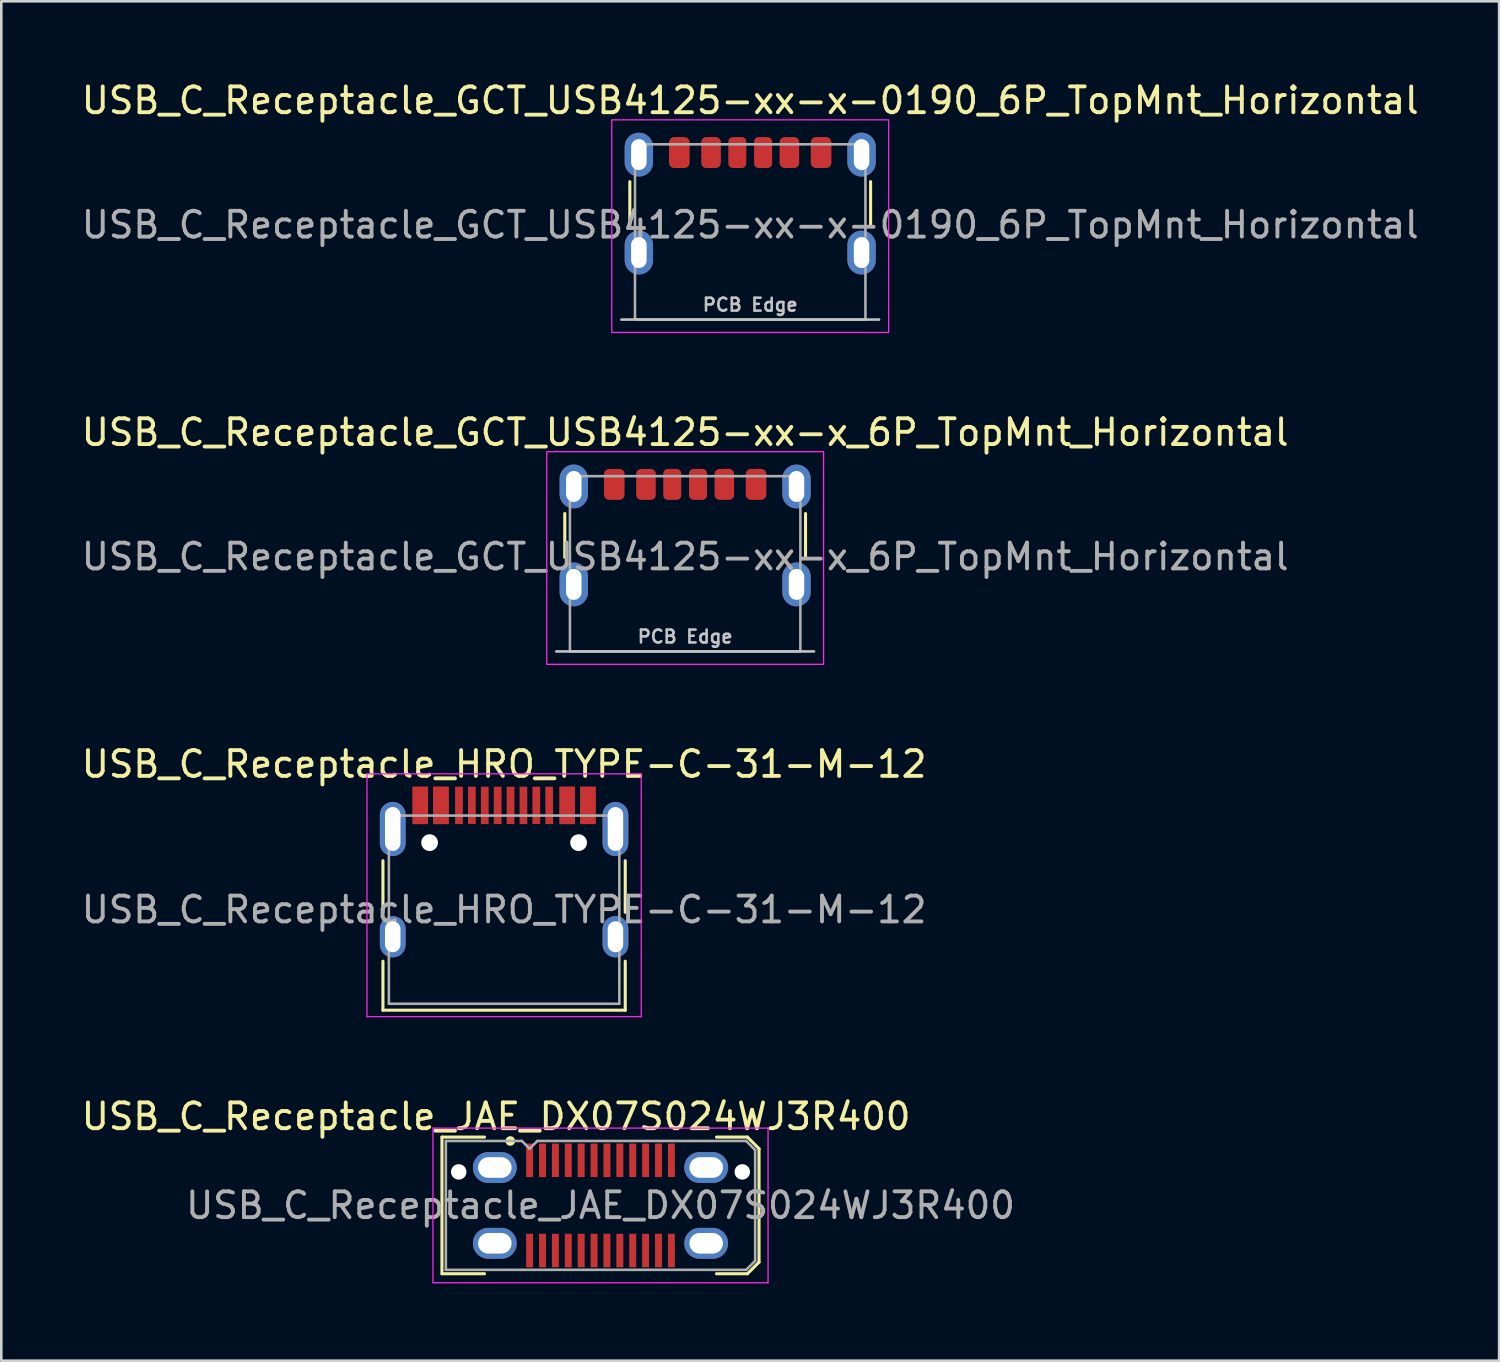
<source format=kicad_pcb>
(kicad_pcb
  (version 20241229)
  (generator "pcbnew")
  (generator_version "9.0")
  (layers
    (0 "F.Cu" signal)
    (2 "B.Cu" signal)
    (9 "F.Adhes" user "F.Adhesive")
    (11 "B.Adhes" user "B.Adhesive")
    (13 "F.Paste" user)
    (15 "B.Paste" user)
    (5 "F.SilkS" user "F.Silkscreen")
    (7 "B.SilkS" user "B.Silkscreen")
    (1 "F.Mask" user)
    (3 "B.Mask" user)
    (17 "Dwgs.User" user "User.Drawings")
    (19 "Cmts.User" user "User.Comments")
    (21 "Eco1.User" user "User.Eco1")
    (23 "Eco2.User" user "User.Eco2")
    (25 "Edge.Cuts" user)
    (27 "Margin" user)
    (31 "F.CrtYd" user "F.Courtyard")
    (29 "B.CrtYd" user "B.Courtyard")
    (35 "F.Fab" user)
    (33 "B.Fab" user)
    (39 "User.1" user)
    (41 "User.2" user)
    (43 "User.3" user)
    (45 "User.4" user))
  (footprint "USB_C_Receptacle_GCT_USB4125-xx-x_6P_TopMnt_Horizontal"
    (layer "F.Cu")
    (at 23.53 18.822)
    (property "Reference" "USB_C_Receptacle_GCT_USB4125-xx-x_6P_TopMnt_Horizontal" (at 0 -5.1 0) (unlocked yes) (layer "F.SilkS") (effects (font (size 1 1) (thickness 0.15))))
    (attr smd)
    (fp_line (start -4.67 -0.25) (end -4.67 -1.95) (stroke (width 0.12) (type solid)) (layer "F.SilkS"))
    (fp_line (start 4.67 -0.25) (end 4.67 -1.95) (stroke (width 0.12) (type solid)) (layer "F.SilkS"))
    (fp_line (start 5 3.4) (end -5 3.4) (stroke (width 0.1) (type solid)) (layer "Dwgs.User"))
    (fp_rect (start -5.37 -4.35) (end 5.37 3.9) (stroke (width 0.05) (type solid)) (fill no) (layer "F.CrtYd"))
    (fp_rect (start -4.47 -3.4) (end 4.47 3.4) (stroke (width 0.1) (type solid)) (fill no) (layer "F.Fab"))
    (fp_text user "PCB Edge" (at 0 2.825 0) (unlocked yes) (layer "Dwgs.User") (effects (font (size 0.5 0.5) (thickness 0.1))))
    (fp_text user "${REFERENCE}" (at 0 -0.275 0) (unlocked yes) (layer "F.Fab") (effects (font (size 1 1) (thickness 0.15))))
    (pad "A5" smd roundrect (at -0.5 -3.08) (size 0.7 1.2) (layers "F.Cu" "F.Mask" "F.Paste") (roundrect_rratio 0.25))
    (pad "A9" smd roundrect (at 1.52 -3.08 180) (size 0.76 1.2) (layers "F.Cu" "F.Mask" "F.Paste") (roundrect_rratio 0.25))
    (pad "A12" smd roundrect (at 2.75 -3.08 180) (size 0.8 1.2) (layers "F.Cu" "F.Mask" "F.Paste") (roundrect_rratio 0.25))
    (pad "B5" smd roundrect (at 0.5 -3.08 180) (size 0.7 1.2) (layers "F.Cu" "F.Mask" "F.Paste") (roundrect_rratio 0.25))
    (pad "B9" smd roundrect (at -1.52 -3.08) (size 0.76 1.2) (layers "F.Cu" "F.Mask" "F.Paste") (roundrect_rratio 0.25))
    (pad "B12" smd roundrect (at -2.75 -3.08) (size 0.8 1.2) (layers "F.Cu" "F.Mask" "F.Paste") (roundrect_rratio 0.25))
    (pad "SH" thru_hole oval (at -4.32 -3) (size 1.1 1.7) (drill oval 0.6 1.2) (property pad_prop_mechanical) (layers "*.Cu" "*.Mask" "F.Paste"))
    (pad "SH" thru_hole oval (at -4.32 0.8) (size 1.1 1.7) (drill oval 0.6 1.2) (property pad_prop_mechanical) (layers "*.Cu" "*.Mask" "F.Paste"))
    (pad "SH" thru_hole oval (at 4.32 -3) (size 1.1 1.7) (drill oval 0.6 1.2) (property pad_prop_mechanical) (layers "*.Cu" "*.Mask" "F.Paste"))
    (pad "SH" thru_hole oval (at 4.32 0.8) (size 1.1 1.7) (drill oval 0.6 1.2) (property pad_prop_mechanical) (layers "*.Cu" "*.Mask" "F.Paste")))
  (footprint "USB_C_Receptacle_GCT_USB4125-xx-x-0190_6P_TopMnt_Horizontal"
    (layer "F.Cu")
    (at 26.054 5.948)
    (property "Reference" "USB_C_Receptacle_GCT_USB4125-xx-x-0190_6P_TopMnt_Horizontal" (at 0 -5.1 0) (unlocked yes) (layer "F.SilkS") (effects (font (size 1 1) (thickness 0.15))))
    (attr smd)
    (fp_line (start -4.67 -0.25) (end -4.67 -1.95) (stroke (width 0.12) (type solid)) (layer "F.SilkS"))
    (fp_line (start 4.67 -0.25) (end 4.67 -1.95) (stroke (width 0.12) (type solid)) (layer "F.SilkS"))
    (fp_line (start 5 3.4) (end -5 3.4) (stroke (width 0.1) (type solid)) (layer "Dwgs.User"))
    (fp_rect (start -5.37 -4.35) (end 5.37 3.9) (stroke (width 0.05) (type solid)) (fill no) (layer "F.CrtYd"))
    (fp_rect (start -4.47 -3.4) (end 4.47 3.4) (stroke (width 0.1) (type solid)) (fill no) (layer "F.Fab"))
    (fp_text user "PCB Edge" (at 0 2.825 0) (unlocked yes) (layer "Dwgs.User") (effects (font (size 0.5 0.5) (thickness 0.1))))
    (fp_text user "${REFERENCE}" (at 0 -0.275 0) (unlocked yes) (layer "F.Fab") (effects (font (size 1 1) (thickness 0.15))))
    (pad "A5" smd roundrect (at -0.5 -3.08) (size 0.7 1.2) (layers "F.Cu" "F.Mask" "F.Paste") (roundrect_rratio 0.25))
    (pad "A9" smd roundrect (at 1.52 -3.08 180) (size 0.76 1.2) (layers "F.Cu" "F.Mask" "F.Paste") (roundrect_rratio 0.25))
    (pad "A12" smd roundrect (at 2.75 -3.08 180) (size 0.8 1.2) (layers "F.Cu" "F.Mask" "F.Paste") (roundrect_rratio 0.25))
    (pad "B5" smd roundrect (at 0.5 -3.08 180) (size 0.7 1.2) (layers "F.Cu" "F.Mask" "F.Paste") (roundrect_rratio 0.25))
    (pad "B9" smd roundrect (at -1.52 -3.08) (size 0.76 1.2) (layers "F.Cu" "F.Mask" "F.Paste") (roundrect_rratio 0.25))
    (pad "B12" smd roundrect (at -2.75 -3.08) (size 0.8 1.2) (layers "F.Cu" "F.Mask" "F.Paste") (roundrect_rratio 0.25))
    (pad "SH" thru_hole oval (at -4.32 -3) (size 1.1 1.7) (drill oval 0.6 1.2) (property pad_prop_mechanical) (layers "*.Cu" "*.Mask" "F.Paste"))
    (pad "SH" thru_hole oval (at -4.32 0.8) (size 1.1 1.7) (drill oval 0.6 1.2) (property pad_prop_mechanical) (layers "*.Cu" "*.Mask" "F.Paste"))
    (pad "SH" thru_hole oval (at 4.32 -3) (size 1.1 1.7) (drill oval 0.6 1.2) (property pad_prop_mechanical) (layers "*.Cu" "*.Mask" "F.Paste"))
    (pad "SH" thru_hole oval (at 4.32 0.8) (size 1.1 1.7) (drill oval 0.6 1.2) (property pad_prop_mechanical) (layers "*.Cu" "*.Mask" "F.Paste")))
  (footprint "USB_C_Receptacle_JAE_DX07S024WJ3R400"
    (layer "F.Cu")
    (at 20.246 43.713)
    (property "Reference" "USB_C_Receptacle_JAE_DX07S024WJ3R400" (at -4.05 -3.45 0) (layer "F.SilkS") (effects (font (size 1 1) (thickness 0.15))))
    (attr smd)
    (fp_line (start -6.15 -2.65) (end -6.15 2.65) (stroke (width 0.12) (type solid)) (layer "F.SilkS"))
    (fp_line (start -6.15 -2.65) (end -4.5 -2.65) (stroke (width 0.12) (type solid)) (layer "F.SilkS"))
    (fp_line (start -6.15 2.65) (end -4.5 2.65) (stroke (width 0.12) (type solid)) (layer "F.SilkS"))
    (fp_line (start 4.5 -2.65) (end 5.7 -2.65) (stroke (width 0.12) (type solid)) (layer "F.SilkS"))
    (fp_line (start 4.5 2.65) (end 5.7 2.65) (stroke (width 0.12) (type solid)) (layer "F.SilkS"))
    (fp_line (start 5.7 -2.65) (end 6.15 -2.2) (stroke (width 0.12) (type solid)) (layer "F.SilkS"))
    (fp_line (start 5.7 2.65) (end 6.15 2.2) (stroke (width 0.12) (type solid)) (layer "F.SilkS"))
    (fp_line (start 6.15 -2.2) (end 6.15 2.2) (stroke (width 0.12) (type solid)) (layer "F.SilkS"))
    (fp_circle (center -3.5 -2.5) (end -3.388 -2.5) (stroke (width 0.15) (type solid)) (fill no) (layer "F.SilkS"))
    (fp_line (start -6.5 -3) (end 6.5 -3) (stroke (width 0.05) (type solid)) (layer "F.CrtYd"))
    (fp_line (start -6.5 3) (end -6.5 -3) (stroke (width 0.05) (type solid)) (layer "F.CrtYd"))
    (fp_line (start 6.5 -3) (end 6.5 3) (stroke (width 0.05) (type solid)) (layer "F.CrtYd"))
    (fp_line (start 6.5 3) (end -6.5 3) (stroke (width 0.05) (type solid)) (layer "F.CrtYd"))
    (fp_line (start -6 -2.5) (end -3.05 -2.5) (stroke (width 0.1) (type solid)) (layer "F.Fab"))
    (fp_line (start -6 2.5) (end -6 -2.5) (stroke (width 0.1) (type solid)) (layer "F.Fab"))
    (fp_line (start -6 2.5) (end 5.65 2.5) (stroke (width 0.1) (type solid)) (layer "F.Fab"))
    (fp_line (start -3.05 -2.5) (end -2.75 -2.2) (stroke (width 0.1) (type solid)) (layer "F.Fab"))
    (fp_line (start -2.75 -2.2) (end -2.45 -2.5) (stroke (width 0.1) (type solid)) (layer "F.Fab"))
    (fp_line (start 5.65 -2.5) (end -2.45 -2.5) (stroke (width 0.1) (type solid)) (layer "F.Fab"))
    (fp_line (start 5.65 -2.5) (end 6 -2.15) (stroke (width 0.1) (type solid)) (layer "F.Fab"))
    (fp_line (start 5.65 2.5) (end 6 2.15) (stroke (width 0.1) (type solid)) (layer "F.Fab"))
    (fp_line (start 6 2.15) (end 6 -2.15) (stroke (width 0.1) (type solid)) (layer "F.Fab"))
    (fp_text user "${REFERENCE}" (at 0 0 0) (layer "F.Fab") (effects (font (size 1 1) (thickness 0.15))))
    (pad "" np_thru_hole circle (at -5.5 -1.3) (size 0.6 0.6) (drill 0.6) (layers "*.Cu" "*.Mask"))
    (pad "" np_thru_hole circle (at 5.5 -1.3) (size 0.6 0.6) (drill 0.6) (layers "*.Cu" "*.Mask"))
    (pad "A1" smd rect (at -2.75 -1.75) (size 0.27 1.3) (layers "F.Cu" "F.Mask" "F.Paste"))
    (pad "A2" smd rect (at -2.25 -1.75) (size 0.27 1.3) (layers "F.Cu" "F.Mask" "F.Paste"))
    (pad "A3" smd rect (at -1.75 -1.75) (size 0.27 1.3) (layers "F.Cu" "F.Mask" "F.Paste"))
    (pad "A4" smd rect (at -1.25 -1.75) (size 0.27 1.3) (layers "F.Cu" "F.Mask" "F.Paste"))
    (pad "A5" smd rect (at -0.75 -1.75) (size 0.27 1.3) (layers "F.Cu" "F.Mask" "F.Paste"))
    (pad "A6" smd rect (at -0.25 -1.75) (size 0.27 1.3) (layers "F.Cu" "F.Mask" "F.Paste"))
    (pad "A7" smd rect (at 0.25 -1.75) (size 0.27 1.3) (layers "F.Cu" "F.Mask" "F.Paste"))
    (pad "A8" smd rect (at 0.75 -1.75) (size 0.27 1.3) (layers "F.Cu" "F.Mask" "F.Paste"))
    (pad "A9" smd rect (at 1.25 -1.75) (size 0.27 1.3) (layers "F.Cu" "F.Mask" "F.Paste"))
    (pad "A10" smd rect (at 1.75 -1.75) (size 0.27 1.3) (layers "F.Cu" "F.Mask" "F.Paste"))
    (pad "A11" smd rect (at 2.25 -1.75) (size 0.27 1.3) (layers "F.Cu" "F.Mask" "F.Paste"))
    (pad "A12" smd rect (at 2.75 -1.75) (size 0.27 1.3) (layers "F.Cu" "F.Mask" "F.Paste"))
    (pad "B1" smd rect (at 2.75 1.75) (size 0.27 1.3) (layers "F.Cu" "F.Mask" "F.Paste"))
    (pad "B2" smd rect (at 2.25 1.75) (size 0.27 1.3) (layers "F.Cu" "F.Mask" "F.Paste"))
    (pad "B3" smd rect (at 1.75 1.75) (size 0.27 1.3) (layers "F.Cu" "F.Mask" "F.Paste"))
    (pad "B4" smd rect (at 1.25 1.75) (size 0.27 1.3) (layers "F.Cu" "F.Mask" "F.Paste"))
    (pad "B5" smd rect (at 0.75 1.75) (size 0.27 1.3) (layers "F.Cu" "F.Mask" "F.Paste"))
    (pad "B6" smd rect (at 0.25 1.75) (size 0.27 1.3) (layers "F.Cu" "F.Mask" "F.Paste"))
    (pad "B7" smd rect (at -0.25 1.75) (size 0.27 1.3) (layers "F.Cu" "F.Mask" "F.Paste"))
    (pad "B8" smd rect (at -0.75 1.75) (size 0.27 1.3) (layers "F.Cu" "F.Mask" "F.Paste"))
    (pad "B9" smd rect (at -1.25 1.75) (size 0.27 1.3) (layers "F.Cu" "F.Mask" "F.Paste"))
    (pad "B10" smd rect (at -1.75 1.75) (size 0.27 1.3) (layers "F.Cu" "F.Mask" "F.Paste"))
    (pad "B11" smd rect (at -2.25 1.75) (size 0.27 1.3) (layers "F.Cu" "F.Mask" "F.Paste"))
    (pad "B12" smd rect (at -2.75 1.75) (size 0.27 1.3) (layers "F.Cu" "F.Mask" "F.Paste"))
    (pad "SH" thru_hole oval (at -4.1 -1.47 90) (size 1.2 1.7) (drill oval 0.8 1.3) (property pad_prop_mechanical) (layers "*.Cu" "*.Mask"))
    (pad "SH" thru_hole oval (at -4.1 1.47 90) (size 1.2 1.7) (drill oval 0.8 1.3) (property pad_prop_mechanical) (layers "*.Cu" "*.Mask"))
    (pad "SH" thru_hole oval (at 4.1 -1.47 90) (size 1.2 1.7) (drill oval 0.8 1.3) (property pad_prop_mechanical) (layers "*.Cu" "*.Mask"))
    (pad "SH" thru_hole oval (at 4.1 1.47 90) (size 1.2 1.7) (drill oval 0.8 1.3) (property pad_prop_mechanical) (layers "*.Cu" "*.Mask")))
  (footprint "USB_C_Receptacle_HRO_TYPE-C-31-M-12"
    (layer "F.Cu")
    (at 16.506 32.24)
    (property "Reference" "USB_C_Receptacle_HRO_TYPE-C-31-M-12" (at 0 -5.645 0) (layer "F.SilkS") (effects (font (size 1 1) (thickness 0.15))))
    (attr smd)
    (fp_line (start -4.7 -1.9) (end -4.7 0.1) (stroke (width 0.12) (type solid)) (layer "F.SilkS"))
    (fp_line (start -4.7 2) (end -4.7 3.9) (stroke (width 0.12) (type solid)) (layer "F.SilkS"))
    (fp_line (start -4.7 3.9) (end 4.7 3.9) (stroke (width 0.12) (type solid)) (layer "F.SilkS"))
    (fp_line (start 4.7 -1.9) (end 4.7 0.1) (stroke (width 0.12) (type solid)) (layer "F.SilkS"))
    (fp_line (start 4.7 2) (end 4.7 3.9) (stroke (width 0.12) (type solid)) (layer "F.SilkS"))
    (fp_line (start -5.32 -5.27) (end -5.32 4.15) (stroke (width 0.05) (type solid)) (layer "F.CrtYd"))
    (fp_line (start -5.32 -5.27) (end 5.32 -5.27) (stroke (width 0.05) (type solid)) (layer "F.CrtYd"))
    (fp_line (start -5.32 4.15) (end 5.32 4.15) (stroke (width 0.05) (type solid)) (layer "F.CrtYd"))
    (fp_line (start 5.32 -5.27) (end 5.32 4.15) (stroke (width 0.05) (type solid)) (layer "F.CrtYd"))
    (fp_line (start -4.47 -3.65) (end -4.47 3.65) (stroke (width 0.1) (type solid)) (layer "F.Fab"))
    (fp_line (start -4.47 -3.65) (end 4.47 -3.65) (stroke (width 0.1) (type solid)) (layer "F.Fab"))
    (fp_line (start -4.47 3.65) (end 4.47 3.65) (stroke (width 0.1) (type solid)) (layer "F.Fab"))
    (fp_line (start 4.47 -3.65) (end 4.47 3.65) (stroke (width 0.1) (type solid)) (layer "F.Fab"))
    (fp_text user "${REFERENCE}" (at 0 0 0) (layer "F.Fab") (effects (font (size 1 1) (thickness 0.15))))
    (pad "" np_thru_hole circle (at -2.89 -2.6) (size 0.65 0.65) (drill 0.65) (layers "*.Cu" "*.Mask"))
    (pad "" np_thru_hole circle (at 2.89 -2.6) (size 0.65 0.65) (drill 0.65) (layers "*.Cu" "*.Mask"))
    (pad "A1" smd rect (at -3.25 -4.045) (size 0.6 1.45) (layers "F.Cu" "F.Mask" "F.Paste"))
    (pad "A4" smd rect (at -2.45 -4.045) (size 0.6 1.45) (layers "F.Cu" "F.Mask" "F.Paste"))
    (pad "A5" smd rect (at -1.25 -4.045) (size 0.3 1.45) (layers "F.Cu" "F.Mask" "F.Paste"))
    (pad "A6" smd rect (at -0.25 -4.045) (size 0.3 1.45) (layers "F.Cu" "F.Mask" "F.Paste"))
    (pad "A7" smd rect (at 0.25 -4.045) (size 0.3 1.45) (layers "F.Cu" "F.Mask" "F.Paste"))
    (pad "A8" smd rect (at 1.25 -4.045) (size 0.3 1.45) (layers "F.Cu" "F.Mask" "F.Paste"))
    (pad "A9" smd rect (at 2.45 -4.045) (size 0.6 1.45) (layers "F.Cu" "F.Mask" "F.Paste"))
    (pad "A12" smd rect (at 3.25 -4.045) (size 0.6 1.45) (layers "F.Cu" "F.Mask" "F.Paste"))
    (pad "B1" smd rect (at 3.25 -4.045) (size 0.6 1.45) (layers "F.Cu" "F.Mask" "F.Paste"))
    (pad "B4" smd rect (at 2.45 -4.045) (size 0.6 1.45) (layers "F.Cu" "F.Mask" "F.Paste"))
    (pad "B5" smd rect (at 1.75 -4.045) (size 0.3 1.45) (layers "F.Cu" "F.Mask" "F.Paste"))
    (pad "B6" smd rect (at 0.75 -4.045) (size 0.3 1.45) (layers "F.Cu" "F.Mask" "F.Paste"))
    (pad "B7" smd rect (at -0.75 -4.045) (size 0.3 1.45) (layers "F.Cu" "F.Mask" "F.Paste"))
    (pad "B8" smd rect (at -1.75 -4.045) (size 0.3 1.45) (layers "F.Cu" "F.Mask" "F.Paste"))
    (pad "B9" smd rect (at -2.45 -4.045) (size 0.6 1.45) (layers "F.Cu" "F.Mask" "F.Paste"))
    (pad "B12" smd rect (at -3.25 -4.045) (size 0.6 1.45) (layers "F.Cu" "F.Mask" "F.Paste"))
    (pad "S1" thru_hole oval (at -4.32 -3.13) (size 1 2.1) (drill oval 0.6 1.7) (property pad_prop_mechanical) (layers "*.Cu" "*.Mask"))
    (pad "S1" thru_hole oval (at -4.32 1.05) (size 1 1.6) (drill oval 0.6 1.2) (property pad_prop_mechanical) (layers "*.Cu" "*.Mask"))
    (pad "S1" thru_hole oval (at 4.32 -3.13) (size 1 2.1) (drill oval 0.6 1.7) (property pad_prop_mechanical) (layers "*.Cu" "*.Mask"))
    (pad "S1" thru_hole oval (at 4.32 1.05) (size 1 1.6) (drill oval 0.6 1.2) (property pad_prop_mechanical) (layers "*.Cu" "*.Mask")))
  (gr_rect
    (start -3 -3)
    (end 55.107 49.738)
    (stroke (width 0.1) (type default))
    (fill no)
    (layer "Edge.Cuts")))
</source>
